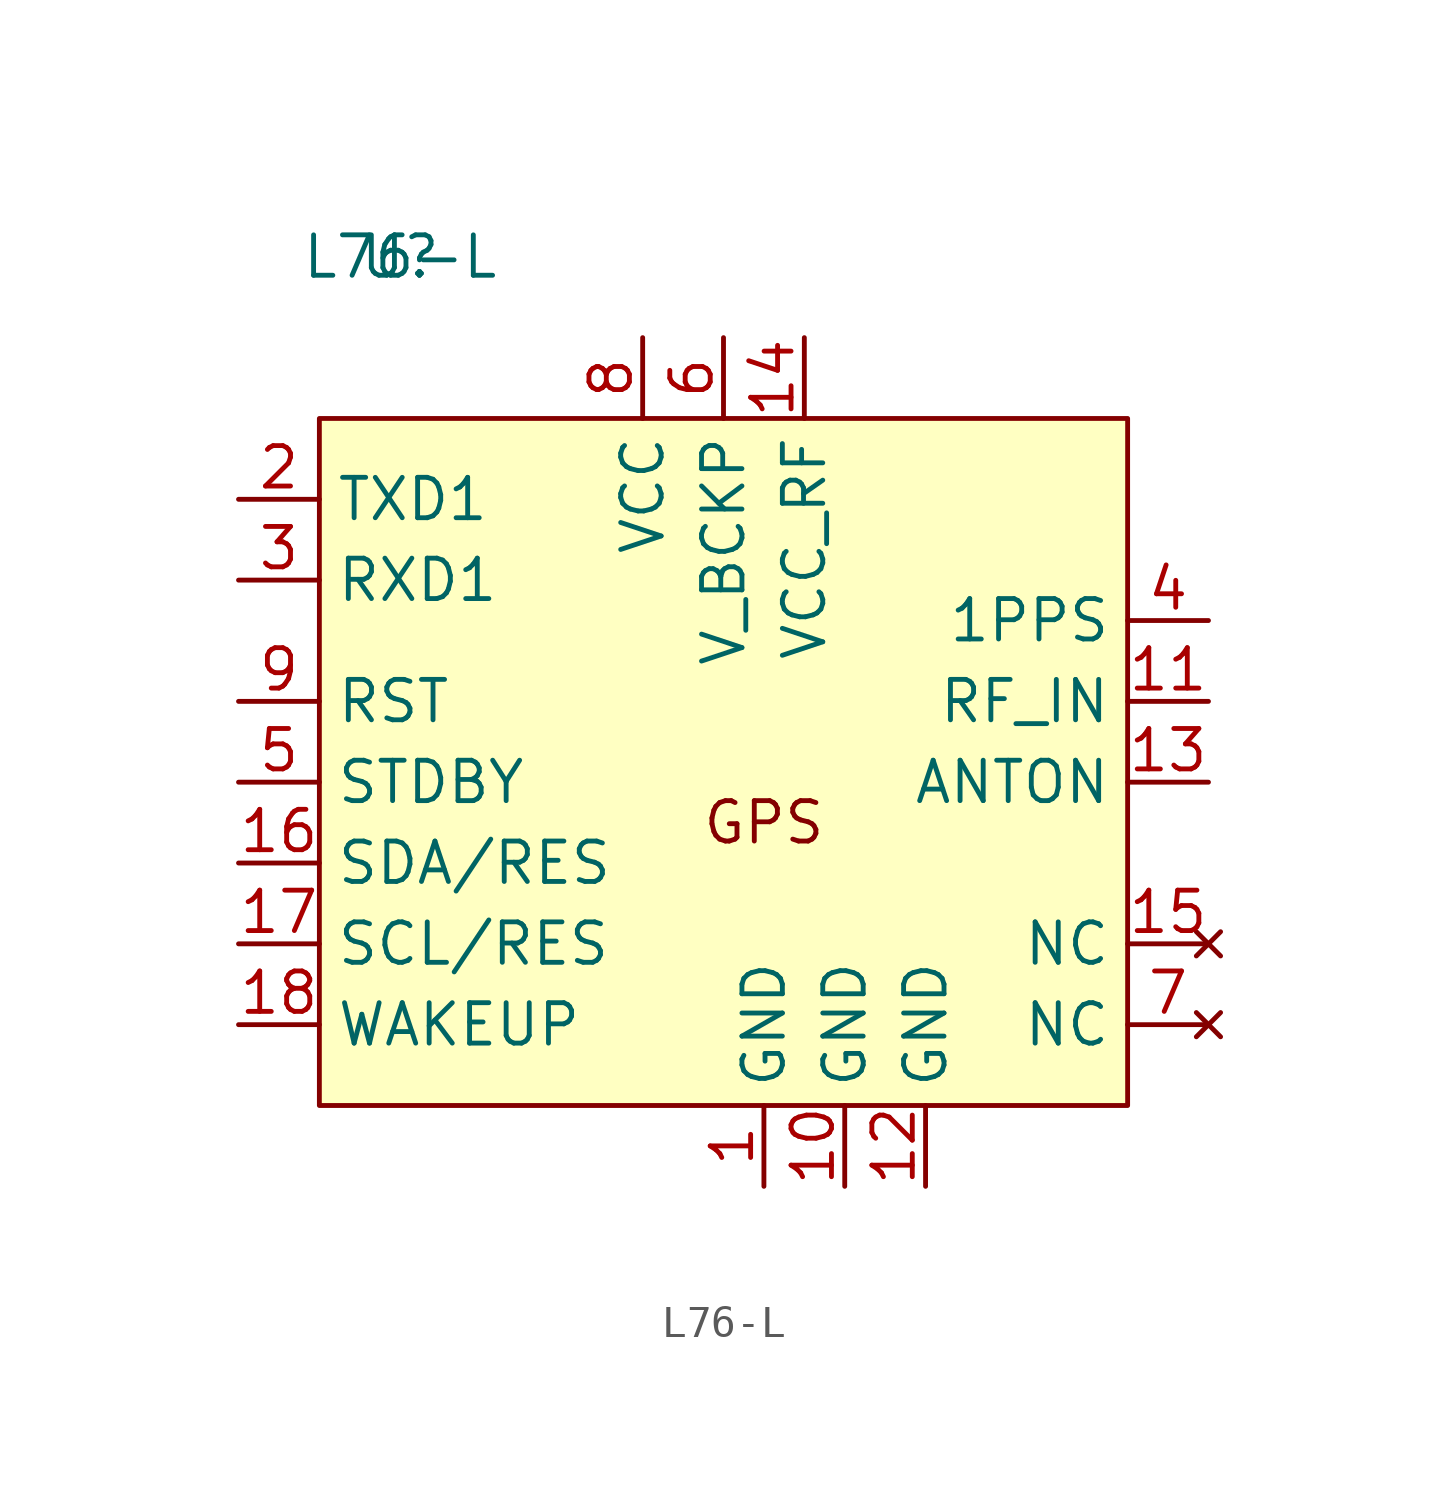
<source format=kicad_sym>
(kicad_symbol_lib
  (version 20220914)
  (generator kicad_symbol_editor)
  (symbol "L76-L"
    (property "Reference" "U"
      (at 0 0 0)
      (effects (font (size 1.27 1.27))))
    (property "Value" "L76-L"
      (at 0 0 0)
      (effects (font (size 1.27 1.27))))
    (symbol "L76-L_0_1"
      (rectangle (start -2.54 -5.08) (end 22.86 -26.67) (stroke (width 0) (type default)) (fill (type background)))
      (text "GPS" (at 11.43 -17.78 0) (effects (font (size 1.27 1.27)))))
    (symbol "L76-L_1_1"
      (pin power_in line (at 11.43 -29.21 90) (length 2.54) (name "GND" (effects (font (size 1.27 1.27)))) (number "1" (effects (font (size 1.27 1.27)))))
      (pin power_in line (at 13.97 -29.21 90) (length 2.54) (name "GND" (effects (font (size 1.27 1.27)))) (number "10" (effects (font (size 1.27 1.27)))))
      (pin input line (at 25.4 -13.97 180) (length 2.54) (name "RF_IN" (effects (font (size 1.27 1.27)))) (number "11" (effects (font (size 1.27 1.27)))))
      (pin power_in line (at 16.51 -29.21 90) (length 2.54) (name "GND" (effects (font (size 1.27 1.27)))) (number "12" (effects (font (size 1.27 1.27)))))
      (pin output line (at 25.4 -16.51 180) (length 2.54) (name "ANTON" (effects (font (size 1.27 1.27)))) (number "13" (effects (font (size 1.27 1.27)))))
      (pin power_in line (at 12.7 -2.54 270) (length 2.54) (name "VCC_RF" (effects (font (size 1.27 1.27)))) (number "14" (effects (font (size 1.27 1.27)))))
      (pin no_connect line (at 25.4 -21.59 180) (length 2.54) (name "NC" (effects (font (size 1.27 1.27)))) (number "15" (effects (font (size 1.27 1.27)))))
      (pin bidirectional line (at -5.08 -19.05 0) (length 2.54) (name "SDA/RES" (effects (font (size 1.27 1.27)))) (number "16" (effects (font (size 1.27 1.27)))))
      (pin input line (at -5.08 -21.59 0) (length 2.54) (name "SCL/RES" (effects (font (size 1.27 1.27)))) (number "17" (effects (font (size 1.27 1.27)))))
      (pin input line (at -5.08 -24.13 0) (length 2.54) (name "WAKEUP" (effects (font (size 1.27 1.27)))) (number "18" (effects (font (size 1.27 1.27)))))
      (pin output line (at -5.08 -7.62 0) (length 2.54) (name "TXD1" (effects (font (size 1.27 1.27)))) (number "2" (effects (font (size 1.27 1.27)))))
      (pin input line (at -5.08 -10.16 0) (length 2.54) (name "RXD1" (effects (font (size 1.27 1.27)))) (number "3" (effects (font (size 1.27 1.27)))))
      (pin output line (at 25.4 -11.43 180) (length 2.54) (name "1PPS" (effects (font (size 1.27 1.27)))) (number "4" (effects (font (size 1.27 1.27)))))
      (pin input line (at -5.08 -16.51 0) (length 2.54) (name "STDBY" (effects (font (size 1.27 1.27)))) (number "5" (effects (font (size 1.27 1.27)))))
      (pin power_in line (at 10.16 -2.54 270) (length 2.54) (name "V_BCKP" (effects (font (size 1.27 1.27)))) (number "6" (effects (font (size 1.27 1.27)))))
      (pin no_connect line (at 25.4 -24.13 180) (length 2.54) (name "NC" (effects (font (size 1.27 1.27)))) (number "7" (effects (font (size 1.27 1.27)))))
      (pin power_in line (at 7.62 -2.54 270) (length 2.54) (name "VCC" (effects (font (size 1.27 1.27)))) (number "8" (effects (font (size 1.27 1.27)))))
      (pin input line (at -5.08 -13.97 0) (length 2.54) (name "RST" (effects (font (size 1.27 1.27)))) (number "9" (effects (font (size 1.27 1.27))))))))
</source>
